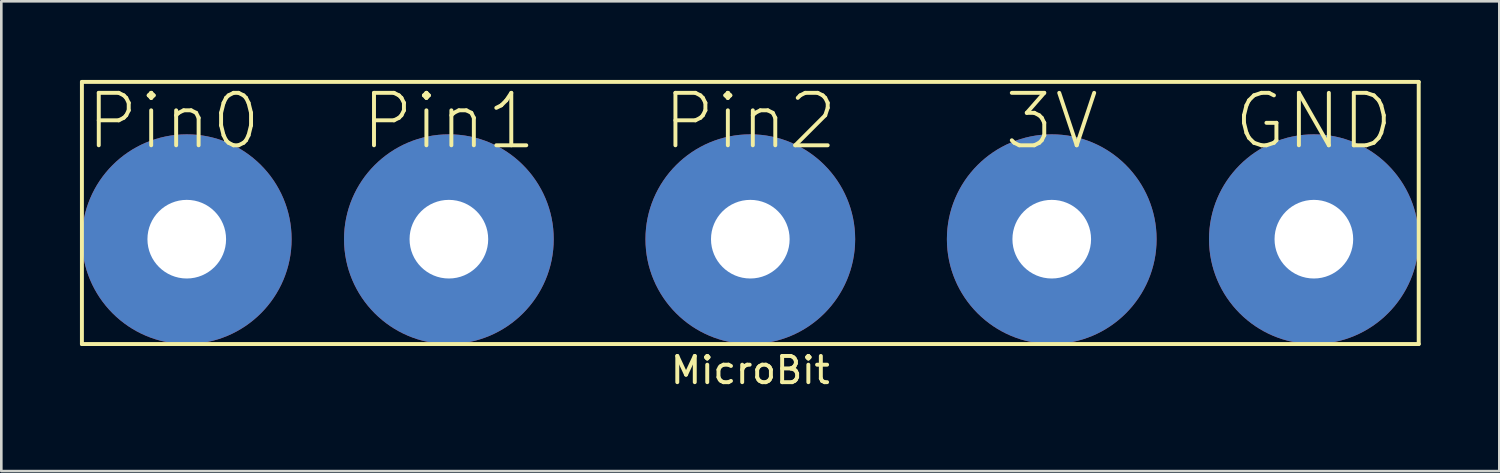
<source format=kicad_pcb>
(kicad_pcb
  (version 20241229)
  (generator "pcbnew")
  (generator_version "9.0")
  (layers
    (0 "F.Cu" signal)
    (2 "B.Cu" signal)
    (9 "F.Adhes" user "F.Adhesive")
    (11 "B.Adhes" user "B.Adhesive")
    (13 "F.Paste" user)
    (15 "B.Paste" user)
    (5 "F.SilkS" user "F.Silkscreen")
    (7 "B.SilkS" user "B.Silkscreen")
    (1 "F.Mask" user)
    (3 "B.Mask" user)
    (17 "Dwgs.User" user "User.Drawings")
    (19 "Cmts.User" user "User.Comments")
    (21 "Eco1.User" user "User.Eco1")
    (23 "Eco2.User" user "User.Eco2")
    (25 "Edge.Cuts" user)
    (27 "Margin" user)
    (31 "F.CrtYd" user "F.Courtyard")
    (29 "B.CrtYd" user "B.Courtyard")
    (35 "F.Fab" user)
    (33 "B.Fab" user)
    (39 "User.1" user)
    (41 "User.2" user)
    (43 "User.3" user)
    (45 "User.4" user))
  (footprint "MicroBit"
    (layer "F.Cu")
    (at 25.575 6.075)
    (property "Reference" "MicroBit" (at 0 5 0) (layer "F.SilkS") (effects (font (size 1 1) (thickness 0.15))))
    (attr through_hole)
    (fp_line (start -25.5 -6) (end 25.5 -6) (stroke (width 0.15) (type solid)) (layer "F.SilkS"))
    (fp_line (start -25.5 4) (end -25.5 -6) (stroke (width 0.15) (type solid)) (layer "F.SilkS"))
    (fp_line (start 25.5 -6) (end 25.5 4) (stroke (width 0.15) (type solid)) (layer "F.SilkS"))
    (fp_line (start 25.5 4) (end -25.5 4) (stroke (width 0.15) (type solid)) (layer "F.SilkS"))
    (fp_text user "Pin2" (at 0 -4.5 0) (layer "F.SilkS") (effects (font (size 2 2) (thickness 0.15))))
    (fp_text user "3V" (at 11.5 -4.5 0) (layer "F.SilkS") (effects (font (size 2 2) (thickness 0.15))))
    (fp_text user "GND" (at 21.5 -4.5 0) (layer "F.SilkS") (effects (font (size 2 2) (thickness 0.15))))
    (fp_text user "Pin0" (at -22 -4.5 0) (layer "F.SilkS") (effects (font (size 2 2) (thickness 0.15))))
    (fp_text user "Pin1" (at -11.5 -4.5 0) (layer "F.SilkS") (effects (font (size 2 2) (thickness 0.15))))
    (pad "1" thru_hole circle (at 21.5 0) (size 8 8) (drill 3) (layers "*.Cu" "*.Mask"))
    (pad "2" thru_hole circle (at 11.5 0) (size 8 8) (drill 3) (layers "*.Cu" "*.Mask"))
    (pad "3" thru_hole circle (at 0 0) (size 8 8) (drill 3) (layers "*.Cu" "*.Mask"))
    (pad "4" thru_hole circle (at -11.5 0) (size 8 8) (drill 3) (layers "*.Cu" "*.Mask"))
    (pad "5" thru_hole circle (at -21.5 0) (size 8 8) (drill 3) (layers "*.Cu" "*.Mask")))
  (gr_rect
    (start -3 -3)
    (end 54.15 14.923)
    (stroke (width 0.1) (type default))
    (fill no)
    (layer "Edge.Cuts")))
</source>
